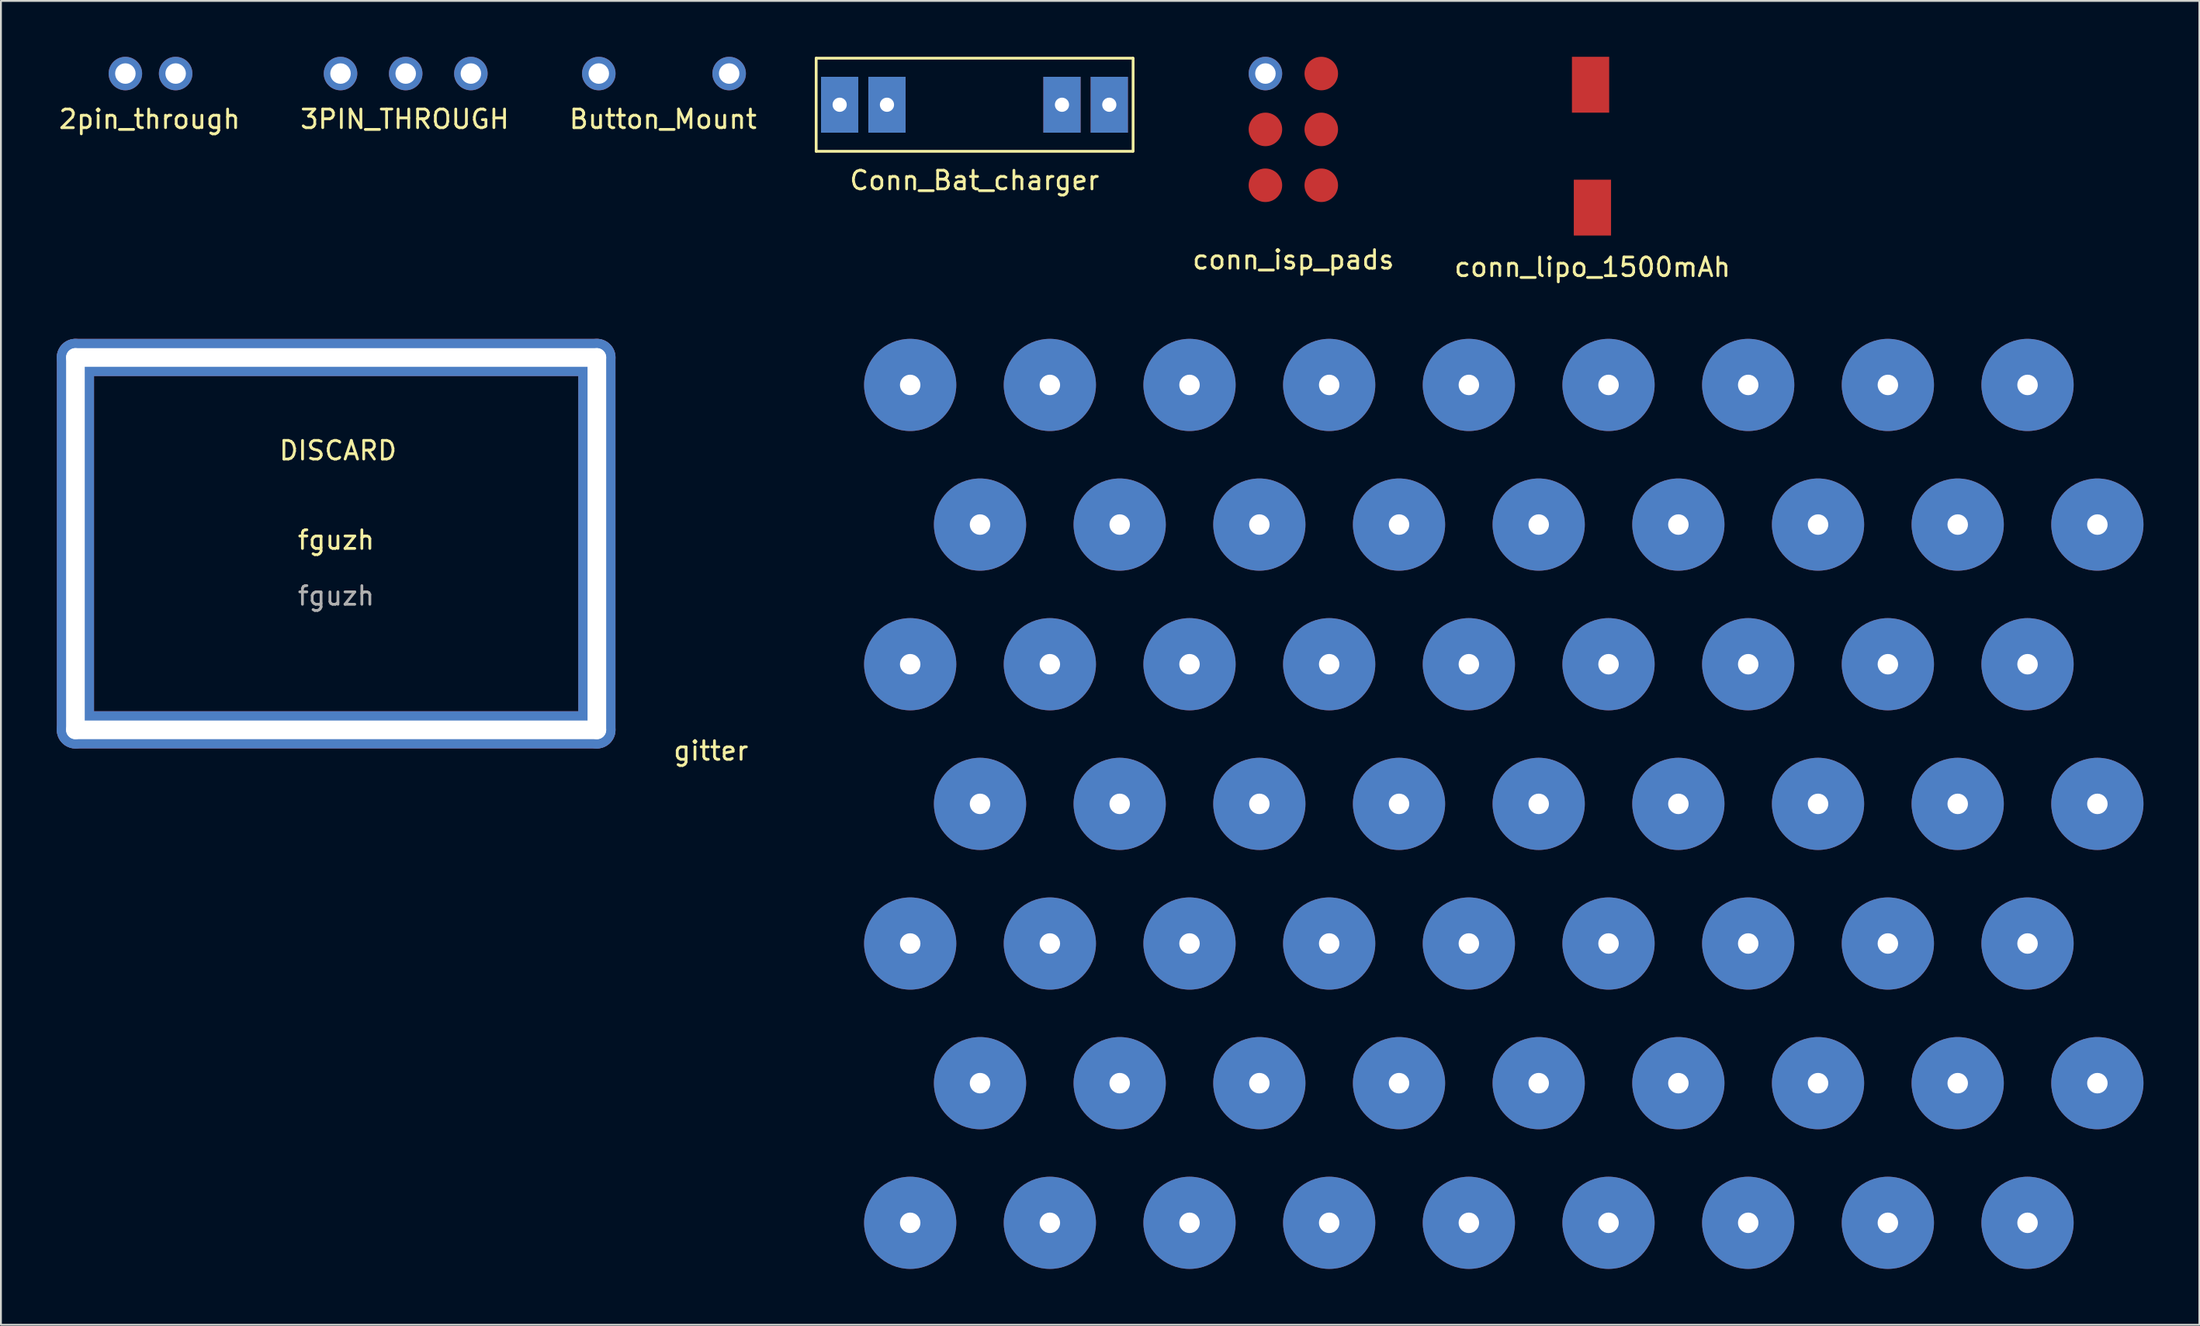
<source format=kicad_pcb>
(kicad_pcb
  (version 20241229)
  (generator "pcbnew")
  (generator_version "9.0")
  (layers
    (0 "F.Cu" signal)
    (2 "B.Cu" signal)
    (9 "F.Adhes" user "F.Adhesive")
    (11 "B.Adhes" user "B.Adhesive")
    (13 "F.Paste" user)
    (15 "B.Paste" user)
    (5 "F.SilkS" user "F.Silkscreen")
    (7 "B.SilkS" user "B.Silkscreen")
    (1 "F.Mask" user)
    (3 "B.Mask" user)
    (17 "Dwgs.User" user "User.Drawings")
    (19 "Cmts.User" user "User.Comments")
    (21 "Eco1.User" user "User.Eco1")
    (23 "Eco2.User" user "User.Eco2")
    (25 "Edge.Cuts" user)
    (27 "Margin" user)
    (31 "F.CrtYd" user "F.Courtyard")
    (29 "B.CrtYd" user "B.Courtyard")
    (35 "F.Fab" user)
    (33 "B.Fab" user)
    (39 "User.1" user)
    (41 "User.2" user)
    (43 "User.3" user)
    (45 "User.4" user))
  (footprint "2pin_through"
    (layer "F.Cu")
    (at 5.032 0.9)
    (property "Reference" "2pin_through" (at -0.05 2.45 0) (layer "F.SilkS") (effects (font (size 1 1) (thickness 0.15))))
    (attr through_hole)
    (pad "1" thru_hole circle (at -1.35 0) (size 1.8 1.8) (drill 1.1) (layers "*.Cu" "*.Mask"))
    (pad "2" thru_hole circle (at 1.35 0) (size 1.8 1.8) (drill 1.1) (layers "*.Cu" "*.Mask")))
  (footprint "Button_Mount"
    (layer "F.Cu")
    (at 32.604 0.9)
    (property "Reference" "Button_Mount" (at -0.05 2.45 0) (layer "F.SilkS") (effects (font (size 1 1) (thickness 0.15))))
    (attr through_hole)
    (pad "1" thru_hole circle (at -3.5 0) (size 1.8 1.8) (drill 1.1) (layers "*.Cu" "*.Mask"))
    (pad "2" thru_hole circle (at 3.5 0) (size 1.8 1.8) (drill 1.1) (layers "*.Cu" "*.Mask")))
  (footprint "conn_lipo_1500mAh"
    (layer "F.Cu")
    (at 82.46 4.8)
    (property "Reference" "conn_lipo_1500mAh" (at 0 6.5 0) (layer "F.SilkS") (effects (font (size 1 1) (thickness 0.15))))
    (attr through_hole)
    (pad "1" smd rect (at -0.1 -3.3) (size 2 3) (layers "F.Cu" "F.Mask" "F.Paste"))
    (pad "2" smd rect (at 0 3.3) (size 2 3) (layers "F.Cu" "F.Mask" "F.Paste")))
  (footprint "fguzh"
    (layer "F.Cu")
    (at 15 26.448)
    (property "Reference" "fguzh" (at 0 -0.5 0) (unlocked yes) (layer "F.SilkS") (effects (font (size 1 1) (thickness 0.15))))
    (fp_text user "DISCARD" (at 0.1 -5.3 0) (unlocked yes) (layer "F.SilkS") (effects (font (size 1 1) (thickness 0.15))))
    (fp_text user "${REFERENCE}" (at 0 2.5 0) (unlocked yes) (layer "F.Fab") (effects (font (size 1 1) (thickness 0.15))))
    (pad "1" thru_hole oval (at -14 -0.3 90) (size 22 2) (drill oval 21 1) (layers "*.Cu" "*.Mask"))
    (pad "1" thru_hole oval (at 0 -10.3 180) (size 30 2) (drill oval 29 1) (layers "*.Cu" "*.Mask"))
    (pad "1" thru_hole oval (at 0 9.7 180) (size 30 2) (drill oval 29 1) (layers "*.Cu" "*.Mask"))
    (pad "1" thru_hole oval (at 14 -0.3 90) (size 22 2) (drill oval 21 1) (layers "*.Cu" "*.Mask")))
  (footprint "3PIN_THROUGH"
    (layer "F.Cu")
    (at 18.735 0.9)
    (property "Reference" "3PIN_THROUGH" (at -0.05 2.45 0) (layer "F.SilkS") (effects (font (size 1 1) (thickness 0.15))))
    (attr through_hole)
    (pad "1" thru_hole circle (at -3.5 0) (size 1.8 1.8) (drill 1.1) (layers "*.Cu" "*.Mask"))
    (pad "2" thru_hole circle (at 0 0) (size 1.8 1.8) (drill 1.1) (layers "*.Cu" "*.Mask"))
    (pad "3" thru_hole circle (at 3.5 0) (size 1.8 1.8) (drill 1.1) (layers "*.Cu" "*.Mask")))
  (footprint "gitter"
    (layer "F.Cu")
    (at 35.175 20.123)
    (property "Reference" "gitter" (at -0.05 17.15 0) (layer "F.SilkS") (effects (font (size 1 1) (thickness 0.15))))
    (attr through_hole)
    (pad "1" thru_hole circle (at 10.65 -2.5) (size 4.95 4.95) (drill 1.1) (layers "*.Cu" "*.Mask"))
    (pad "12" thru_hole circle (at 14.4 5) (size 4.95 4.95) (drill 1.1) (layers "*.Cu" "*.Mask"))
    (pad "13" thru_hole circle (at 10.65 12.5) (size 4.95 4.95) (drill 1.1) (layers "*.Cu" "*.Mask"))
    (pad "14" thru_hole circle (at 14.4 20) (size 4.95 4.95) (drill 1.1) (layers "*.Cu" "*.Mask"))
    (pad "15" thru_hole circle (at 10.65 27.5) (size 4.95 4.95) (drill 1.1) (layers "*.Cu" "*.Mask"))
    (pad "16" thru_hole circle (at 14.4 35) (size 4.95 4.95) (drill 1.1) (layers "*.Cu" "*.Mask"))
    (pad "17" thru_hole circle (at 10.65 42.5) (size 4.95 4.95) (drill 1.1) (layers "*.Cu" "*.Mask"))
    (pad "21" thru_hole circle (at 18.15 -2.5) (size 4.95 4.95) (drill 1.1) (layers "*.Cu" "*.Mask"))
    (pad "22" thru_hole circle (at 21.9 5) (size 4.95 4.95) (drill 1.1) (layers "*.Cu" "*.Mask"))
    (pad "23" thru_hole circle (at 18.15 12.5) (size 4.95 4.95) (drill 1.1) (layers "*.Cu" "*.Mask"))
    (pad "24" thru_hole circle (at 21.9 20) (size 4.95 4.95) (drill 1.1) (layers "*.Cu" "*.Mask"))
    (pad "25" thru_hole circle (at 18.15 27.5) (size 4.95 4.95) (drill 1.1) (layers "*.Cu" "*.Mask"))
    (pad "26" thru_hole circle (at 21.9 35) (size 4.95 4.95) (drill 1.1) (layers "*.Cu" "*.Mask"))
    (pad "27" thru_hole circle (at 18.15 42.5) (size 4.95 4.95) (drill 1.1) (layers "*.Cu" "*.Mask"))
    (pad "31" thru_hole circle (at 25.65 -2.5) (size 4.95 4.95) (drill 1.1) (layers "*.Cu" "*.Mask"))
    (pad "32" thru_hole circle (at 29.4 5) (size 4.95 4.95) (drill 1.1) (layers "*.Cu" "*.Mask"))
    (pad "33" thru_hole circle (at 25.65 12.5) (size 4.95 4.95) (drill 1.1) (layers "*.Cu" "*.Mask"))
    (pad "34" thru_hole circle (at 29.4 20) (size 4.95 4.95) (drill 1.1) (layers "*.Cu" "*.Mask"))
    (pad "35" thru_hole circle (at 25.65 27.5) (size 4.95 4.95) (drill 1.1) (layers "*.Cu" "*.Mask"))
    (pad "36" thru_hole circle (at 29.4 35) (size 4.95 4.95) (drill 1.1) (layers "*.Cu" "*.Mask"))
    (pad "37" thru_hole circle (at 25.65 42.5) (size 4.95 4.95) (drill 1.1) (layers "*.Cu" "*.Mask"))
    (pad "41" thru_hole circle (at 33.15 -2.5) (size 4.95 4.95) (drill 1.1) (layers "*.Cu" "*.Mask"))
    (pad "42" thru_hole circle (at 36.9 5) (size 4.95 4.95) (drill 1.1) (layers "*.Cu" "*.Mask"))
    (pad "43" thru_hole circle (at 33.15 12.5) (size 4.95 4.95) (drill 1.1) (layers "*.Cu" "*.Mask"))
    (pad "44" thru_hole circle (at 36.9 20) (size 4.95 4.95) (drill 1.1) (layers "*.Cu" "*.Mask"))
    (pad "45" thru_hole circle (at 33.15 27.5) (size 4.95 4.95) (drill 1.1) (layers "*.Cu" "*.Mask"))
    (pad "46" thru_hole circle (at 36.9 35) (size 4.95 4.95) (drill 1.1) (layers "*.Cu" "*.Mask"))
    (pad "47" thru_hole circle (at 33.15 42.5) (size 4.95 4.95) (drill 1.1) (layers "*.Cu" "*.Mask"))
    (pad "51" thru_hole circle (at 40.65 -2.5) (size 4.95 4.95) (drill 1.1) (layers "*.Cu" "*.Mask"))
    (pad "52" thru_hole circle (at 44.4 5) (size 4.95 4.95) (drill 1.1) (layers "*.Cu" "*.Mask"))
    (pad "53" thru_hole circle (at 40.65 12.5) (size 4.95 4.95) (drill 1.1) (layers "*.Cu" "*.Mask"))
    (pad "54" thru_hole circle (at 44.4 20) (size 4.95 4.95) (drill 1.1) (layers "*.Cu" "*.Mask"))
    (pad "55" thru_hole circle (at 40.65 27.5) (size 4.95 4.95) (drill 1.1) (layers "*.Cu" "*.Mask"))
    (pad "56" thru_hole circle (at 44.4 35) (size 4.95 4.95) (drill 1.1) (layers "*.Cu" "*.Mask"))
    (pad "57" thru_hole circle (at 40.65 42.5) (size 4.95 4.95) (drill 1.1) (layers "*.Cu" "*.Mask"))
    (pad "61" thru_hole circle (at 48.15 -2.5) (size 4.95 4.95) (drill 1.1) (layers "*.Cu" "*.Mask"))
    (pad "62" thru_hole circle (at 51.9 5) (size 4.95 4.95) (drill 1.1) (layers "*.Cu" "*.Mask"))
    (pad "63" thru_hole circle (at 48.15 12.5) (size 4.95 4.95) (drill 1.1) (layers "*.Cu" "*.Mask"))
    (pad "64" thru_hole circle (at 51.9 20) (size 4.95 4.95) (drill 1.1) (layers "*.Cu" "*.Mask"))
    (pad "65" thru_hole circle (at 48.15 27.5) (size 4.95 4.95) (drill 1.1) (layers "*.Cu" "*.Mask"))
    (pad "66" thru_hole circle (at 51.9 35) (size 4.95 4.95) (drill 1.1) (layers "*.Cu" "*.Mask"))
    (pad "67" thru_hole circle (at 48.15 42.5) (size 4.95 4.95) (drill 1.1) (layers "*.Cu" "*.Mask"))
    (pad "71" thru_hole circle (at 55.65 -2.5) (size 4.95 4.95) (drill 1.1) (layers "*.Cu" "*.Mask"))
    (pad "72" thru_hole circle (at 59.4 5) (size 4.95 4.95) (drill 1.1) (layers "*.Cu" "*.Mask"))
    (pad "73" thru_hole circle (at 55.65 12.5) (size 4.95 4.95) (drill 1.1) (layers "*.Cu" "*.Mask"))
    (pad "74" thru_hole circle (at 59.4 20) (size 4.95 4.95) (drill 1.1) (layers "*.Cu" "*.Mask"))
    (pad "75" thru_hole circle (at 55.65 27.5) (size 4.95 4.95) (drill 1.1) (layers "*.Cu" "*.Mask"))
    (pad "76" thru_hole circle (at 59.4 35) (size 4.95 4.95) (drill 1.1) (layers "*.Cu" "*.Mask"))
    (pad "77" thru_hole circle (at 55.65 42.5) (size 4.95 4.95) (drill 1.1) (layers "*.Cu" "*.Mask"))
    (pad "81" thru_hole circle (at 63.15 -2.5) (size 4.95 4.95) (drill 1.1) (layers "*.Cu" "*.Mask"))
    (pad "82" thru_hole circle (at 66.9 5) (size 4.95 4.95) (drill 1.1) (layers "*.Cu" "*.Mask"))
    (pad "83" thru_hole circle (at 63.15 12.5) (size 4.95 4.95) (drill 1.1) (layers "*.Cu" "*.Mask"))
    (pad "84" thru_hole circle (at 66.9 20) (size 4.95 4.95) (drill 1.1) (layers "*.Cu" "*.Mask"))
    (pad "85" thru_hole circle (at 63.15 27.5) (size 4.95 4.95) (drill 1.1) (layers "*.Cu" "*.Mask"))
    (pad "86" thru_hole circle (at 66.9 35) (size 4.95 4.95) (drill 1.1) (layers "*.Cu" "*.Mask"))
    (pad "87" thru_hole circle (at 63.15 42.5) (size 4.95 4.95) (drill 1.1) (layers "*.Cu" "*.Mask"))
    (pad "91" thru_hole circle (at 70.65 -2.5) (size 4.95 4.95) (drill 1.1) (layers "*.Cu" "*.Mask"))
    (pad "92" thru_hole circle (at 74.4 5) (size 4.95 4.95) (drill 1.1) (layers "*.Cu" "*.Mask"))
    (pad "93" thru_hole circle (at 70.65 12.5) (size 4.95 4.95) (drill 1.1) (layers "*.Cu" "*.Mask"))
    (pad "94" thru_hole circle (at 74.4 20) (size 4.95 4.95) (drill 1.1) (layers "*.Cu" "*.Mask"))
    (pad "95" thru_hole circle (at 70.65 27.5) (size 4.95 4.95) (drill 1.1) (layers "*.Cu" "*.Mask"))
    (pad "96" thru_hole circle (at 74.4 35) (size 4.95 4.95) (drill 1.1) (layers "*.Cu" "*.Mask"))
    (pad "97" thru_hole circle (at 70.65 42.5) (size 4.95 4.95) (drill 1.1) (layers "*.Cu" "*.Mask")))
  (footprint "Conn_Bat_charger"
    (layer "F.Cu")
    (at 49.277 2.575)
    (property "Reference" "Conn_Bat_charger" (at 0 4.064 0) (layer "F.SilkS") (effects (font (size 1 1) (thickness 0.15))))
    (attr through_hole)
    (fp_line (start -8.5 -2.5) (end -8.5 2.5) (stroke (width 0.15) (type solid)) (layer "F.SilkS"))
    (fp_line (start -8.5 -2.5) (end 8.5 -2.5) (stroke (width 0.15) (type solid)) (layer "F.SilkS"))
    (fp_line (start -8.5 2.5) (end 8.5 2.5) (stroke (width 0.15) (type solid)) (layer "F.SilkS"))
    (fp_line (start 8.518 -2.5) (end 8.518 2.5) (stroke (width 0.15) (type solid)) (layer "F.SilkS"))
    (pad "1" thru_hole rect (at -7.239 0) (size 2 3) (drill 0.762) (layers "*.Mask" "F.Cu"))
    (pad "2" thru_hole rect (at -4.699 0) (size 2 3) (drill 0.762) (layers "*.Mask" "F.Cu"))
    (pad "3" thru_hole rect (at 4.699 0) (size 2 3) (drill 0.762) (layers "*.Mask" "F.Cu"))
    (pad "4" thru_hole rect (at 7.239 0) (size 2 3) (drill 0.762) (layers "*.Mask" "F.Cu")))
  (footprint "conn_isp_pads"
    (layer "F.Cu")
    (at 66.4 3.9)
    (property "Reference" "conn_isp_pads" (at 0 7 0) (layer "F.SilkS") (effects (font (size 1 1) (thickness 0.15))))
    (attr through_hole)
    (pad "1" smd circle (at -1.5 3) (size 1.8 1.8) (layers "F.Cu" "F.Mask" "F.Paste"))
    (pad "2" smd circle (at 1.5 3) (size 1.8 1.8) (layers "F.Cu" "F.Mask" "F.Paste"))
    (pad "3" smd circle (at -1.5 0) (size 1.8 1.8) (layers "F.Cu" "F.Mask" "F.Paste"))
    (pad "4" smd circle (at 1.5 0) (size 1.8 1.8) (layers "F.Cu" "F.Mask" "F.Paste"))
    (pad "5" thru_hole circle (at -1.5 -3) (size 1.8 1.8) (drill 1.1) (layers "*.Cu" "*.Mask"))
    (pad "6" smd circle (at 1.5 -3) (size 1.8 1.8) (layers "F.Cu" "F.Mask" "F.Paste")))
  (gr_rect
    (start -3 -3)
    (end 115.05 68.098)
    (stroke (width 0.1) (type default))
    (fill no)
    (layer "Edge.Cuts")))
</source>
